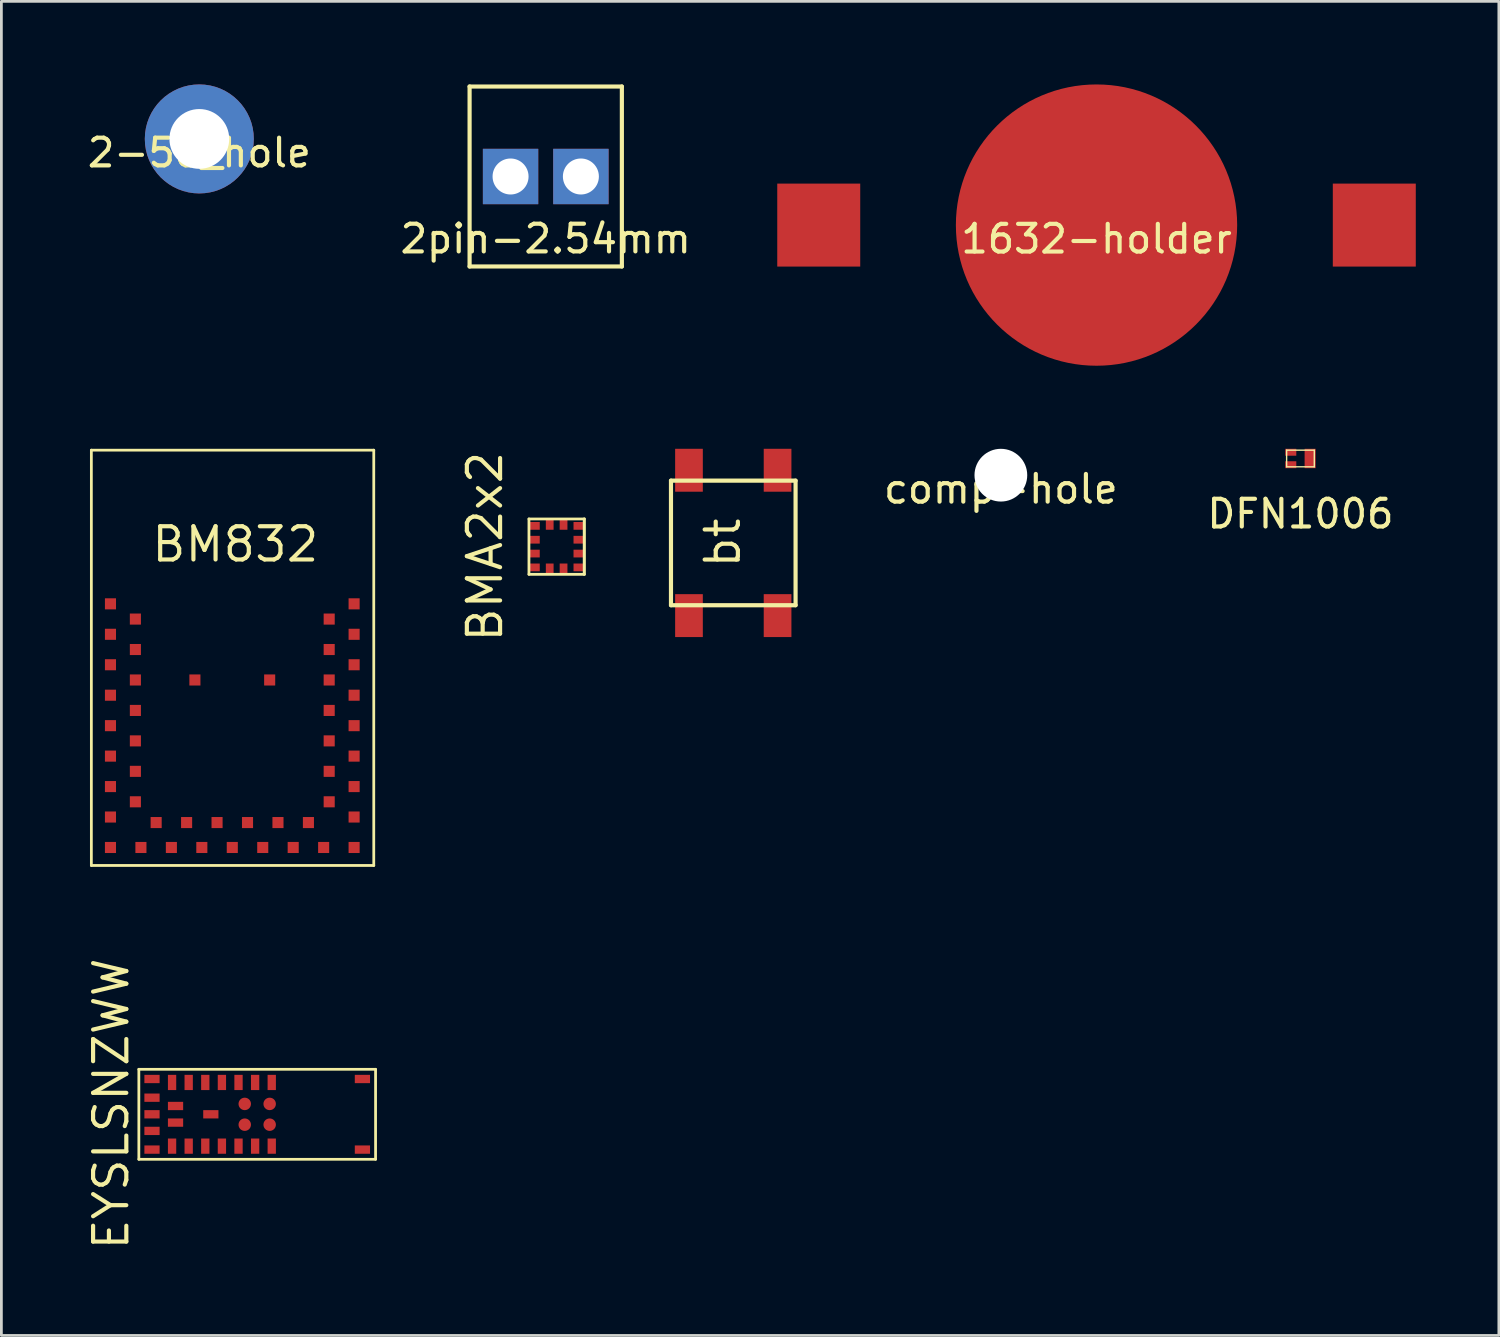
<source format=kicad_pcb>
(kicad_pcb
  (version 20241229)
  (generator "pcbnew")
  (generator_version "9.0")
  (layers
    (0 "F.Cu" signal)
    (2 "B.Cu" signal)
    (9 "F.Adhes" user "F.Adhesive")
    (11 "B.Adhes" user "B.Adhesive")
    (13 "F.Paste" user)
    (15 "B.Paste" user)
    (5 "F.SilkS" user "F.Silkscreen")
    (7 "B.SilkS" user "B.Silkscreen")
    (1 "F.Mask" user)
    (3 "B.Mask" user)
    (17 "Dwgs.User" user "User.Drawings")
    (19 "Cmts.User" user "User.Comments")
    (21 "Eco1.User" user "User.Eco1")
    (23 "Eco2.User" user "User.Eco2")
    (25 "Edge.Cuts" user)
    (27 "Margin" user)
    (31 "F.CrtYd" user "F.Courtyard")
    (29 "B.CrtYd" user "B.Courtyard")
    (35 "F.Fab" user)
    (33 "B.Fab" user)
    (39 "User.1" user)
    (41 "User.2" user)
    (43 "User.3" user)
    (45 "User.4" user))
  (footprint "DFN1006"
    (layer "F.Cu")
    (at 43.921 13.51)
    (property "Reference" "DFN1006" (at 0 2 0) (layer "F.SilkS") (effects (font (size 1 1) (thickness 0.15))))
    (attr through_hole)
    (fp_line (start -0.5 -0.3) (end 0.5 -0.3) (stroke (width 0.05) (type solid)) (layer "F.SilkS"))
    (fp_line (start -0.5 0.3) (end -0.5 -0.3) (stroke (width 0.05) (type solid)) (layer "F.SilkS"))
    (fp_line (start 0.5 -0.3) (end 0.5 0.3) (stroke (width 0.05) (type solid)) (layer "F.SilkS"))
    (fp_line (start 0.5 0.3) (end -0.5 0.3) (stroke (width 0.05) (type solid)) (layer "F.SilkS"))
    (pad "1" smd rect (at 0.35 0) (size 0.4 0.7) (layers "F.Cu" "F.Mask" "F.Paste"))
    (pad "2" smd rect (at -0.35 -0.225) (size 0.4 0.25) (layers "F.Cu" "F.Mask" "F.Paste"))
    (pad "3" smd rect (at -0.35 0.225) (size 0.4 0.25) (layers "F.Cu" "F.Mask" "F.Paste")))
  (footprint "bt"
    (layer "F.Cu")
    (at 23.435 16.56)
    (property "Reference" "bt" (at -0.381 0 90) (layer "F.SilkS") (effects (font (size 1.2 1.2) (thickness 0.15))))
    (attr through_hole)
    (fp_line (start -2.25 -2.25) (end -2.25 2.25) (stroke (width 0.15) (type solid)) (layer "F.SilkS"))
    (fp_line (start -2.25 2.25) (end 2.25 2.25) (stroke (width 0.15) (type solid)) (layer "F.SilkS"))
    (fp_line (start 2.25 -2.25) (end -2.25 -2.25) (stroke (width 0.15) (type solid)) (layer "F.SilkS"))
    (fp_line (start 2.25 2.25) (end 2.25 -2.25) (stroke (width 0.15) (type solid)) (layer "F.SilkS"))
    (pad "1" smd rect (at 1.6 -2.625) (size 1 1.55) (layers "F.Cu" "F.Mask" "F.Paste"))
    (pad "1" smd rect (at 1.6 2.625) (size 1 1.55) (layers "F.Cu" "F.Mask" "F.Paste"))
    (pad "2" smd rect (at -1.6 -2.625) (size 1 1.55) (layers "F.Cu" "F.Mask" "F.Paste"))
    (pad "2" smd rect (at -1.6 2.625) (size 1 1.55) (layers "F.Cu" "F.Mask" "F.Paste")))
  (footprint "comp-hole"
    (layer "F.Cu")
    (at 33.1 14.113)
    (property "Reference" "comp-hole" (at 0 0.5 0) (layer "F.SilkS") (effects (font (size 1 1) (thickness 0.15))))
    (attr through_hole)
    (pad "" np_thru_hole circle (at 0 0) (size 1.905 1.905) (drill 1.905) (layers "*.Cu" "*.Mask")))
  (footprint "2-56_hole"
    (layer "F.Cu")
    (at 4.149 1.968)
    (property "Reference" "2-56_hole" (at 0 0.5 0) (layer "F.SilkS") (effects (font (size 1 1) (thickness 0.15))))
    (attr through_hole)
    (pad "1" thru_hole circle (at 0 0) (size 3.937 3.937) (drill 2.159) (layers "*.Cu" "*.Mask")))
  (footprint "EYSLSNZWW"
    (layer "F.Cu")
    (at 1.965 38.822)
    (property "Reference" "EYSLSNZWW" (at -1 -2 90) (layer "F.SilkS") (effects (font (size 1.2 1.2) (thickness 0.15))))
    (attr through_hole)
    (fp_line (start 0 -3.25) (end 8.55 -3.25) (stroke (width 0.1) (type solid)) (layer "F.SilkS"))
    (fp_line (start 0 0) (end 0 -3.25) (stroke (width 0.1) (type solid)) (layer "F.SilkS"))
    (fp_line (start 0 0) (end 8.55 0) (stroke (width 0.1) (type solid)) (layer "F.SilkS"))
    (fp_line (start 8.55 -3.25) (end 8.55 0) (stroke (width 0.1) (type solid)) (layer "F.SilkS"))
    (pad "1" smd rect (at 0.475 -0.35 90) (size 0.3 0.55) (layers "F.Cu" "F.Mask" "F.Paste"))
    (pad "2" smd rect (at 1.2 -0.475) (size 0.3 0.55) (layers "F.Cu" "F.Mask" "F.Paste"))
    (pad "3" smd rect (at 1.8 -0.475) (size 0.3 0.55) (layers "F.Cu" "F.Mask" "F.Paste"))
    (pad "4" smd rect (at 2.4 -0.475) (size 0.3 0.55) (layers "F.Cu" "F.Mask" "F.Paste"))
    (pad "5" smd rect (at 3 -0.475) (size 0.3 0.55) (layers "F.Cu" "F.Mask" "F.Paste"))
    (pad "6" smd rect (at 3.6 -0.475) (size 0.3 0.55) (layers "F.Cu" "F.Mask" "F.Paste"))
    (pad "7" smd rect (at 4.2 -0.475) (size 0.3 0.55) (layers "F.Cu" "F.Mask" "F.Paste"))
    (pad "8" smd rect (at 4.8 -0.475) (size 0.3 0.55) (layers "F.Cu" "F.Mask" "F.Paste"))
    (pad "9" smd circle (at 4.725 -1.25 90) (size 0.45 0.45) (layers "F.Cu" "F.Mask" "F.Paste"))
    (pad "10" smd circle (at 4.725 -2 90) (size 0.45 0.45) (layers "F.Cu" "F.Mask" "F.Paste"))
    (pad "11" smd rect (at 4.8 -2.775) (size 0.3 0.55) (layers "F.Cu" "F.Mask" "F.Paste"))
    (pad "12" smd rect (at 4.2 -2.775) (size 0.3 0.55) (layers "F.Cu" "F.Mask" "F.Paste"))
    (pad "13" smd rect (at 3.6 -2.775) (size 0.3 0.55) (layers "F.Cu" "F.Mask" "F.Paste"))
    (pad "14" smd rect (at 3 -2.775) (size 0.3 0.55) (layers "F.Cu" "F.Mask" "F.Paste"))
    (pad "15" smd rect (at 2.4 -2.775) (size 0.3 0.55) (layers "F.Cu" "F.Mask" "F.Paste"))
    (pad "16" smd rect (at 1.8 -2.775) (size 0.3 0.55) (layers "F.Cu" "F.Mask" "F.Paste"))
    (pad "17" smd rect (at 1.2 -2.775) (size 0.3 0.55) (layers "F.Cu" "F.Mask" "F.Paste"))
    (pad "18" smd rect (at 0.475 -2.9 90) (size 0.3 0.55) (layers "F.Cu" "F.Mask" "F.Paste"))
    (pad "19" smd rect (at 0.475 -2.225 90) (size 0.3 0.55) (layers "F.Cu" "F.Mask" "F.Paste"))
    (pad "20" smd rect (at 0.475 -1.625 90) (size 0.3 0.55) (layers "F.Cu" "F.Mask" "F.Paste"))
    (pad "21" smd rect (at 0.475 -1.025 90) (size 0.3 0.55) (layers "F.Cu" "F.Mask" "F.Paste"))
    (pad "22" smd rect (at 1.325 -1.325 90) (size 0.3 0.55) (layers "F.Cu" "F.Mask" "F.Paste"))
    (pad "23" smd circle (at 3.825 -1.25 90) (size 0.45 0.45) (layers "F.Cu" "F.Mask" "F.Paste"))
    (pad "24" smd circle (at 3.825 -2 90) (size 0.45 0.45) (layers "F.Cu" "F.Mask" "F.Paste"))
    (pad "25" smd rect (at 1.325 -1.925 90) (size 0.3 0.55) (layers "F.Cu" "F.Mask" "F.Paste"))
    (pad "26" smd rect (at 2.6 -1.625 90) (size 0.3 0.55) (layers "F.Cu" "F.Mask" "F.Paste"))
    (pad "27" smd rect (at 8.075 -0.35 90) (size 0.3 0.55) (layers "F.Cu" "F.Mask" "F.Paste"))
    (pad "28" smd rect (at 8.075 -2.9 90) (size 0.3 0.55) (layers "F.Cu" "F.Mask" "F.Paste")))
  (footprint "1632-holder"
    (layer "F.Cu")
    (at 36.555 5.08)
    (property "Reference" "1632-holder" (at 0 0.5 0) (layer "F.SilkS") (effects (font (size 1 1) (thickness 0.15))))
    (attr through_hole)
    (pad "1" smd circle (at 0 0) (size 10.16 10.16) (layers "F.Cu" "F.Mask" "F.Paste"))
    (pad "2" smd rect (at -10.033 0) (size 2.997 2.997) (layers "F.Cu" "F.Mask" "F.Paste"))
    (pad "2" smd rect (at 10.033 0) (size 2.997 2.997) (layers "F.Cu" "F.Mask" "F.Paste")))
  (footprint "BM832"
    (layer "F.Cu")
    (at 0.25 28.21)
    (property "Reference" "BM832" (at 5.2 -11.6 180) (layer "F.SilkS") (effects (font (size 1.2 1.2) (thickness 0.15))))
    (attr through_hole)
    (fp_line (start 0 -15) (end 10.2 -15) (stroke (width 0.1) (type solid)) (layer "F.SilkS"))
    (fp_line (start 0 0) (end 0 -15) (stroke (width 0.1) (type solid)) (layer "F.SilkS"))
    (fp_line (start 0 0) (end 10.2 0) (stroke (width 0.1) (type solid)) (layer "F.SilkS"))
    (fp_line (start 10.2 -15) (end 10.2 0) (stroke (width 0.1) (type solid)) (layer "F.SilkS"))
    (pad "1" smd rect (at 0.69 -9.45 90) (size 0.4 0.4) (layers "F.Cu" "F.Mask" "F.Paste"))
    (pad "2" smd rect (at 1.59 -8.9 90) (size 0.4 0.4) (layers "F.Cu" "F.Mask" "F.Paste"))
    (pad "3" smd rect (at 0.69 -8.35 90) (size 0.4 0.4) (layers "F.Cu" "F.Mask" "F.Paste"))
    (pad "4" smd rect (at 1.59 -7.8 90) (size 0.4 0.4) (layers "F.Cu" "F.Mask" "F.Paste"))
    (pad "5" smd rect (at 0.69 -7.25 90) (size 0.4 0.4) (layers "F.Cu" "F.Mask" "F.Paste"))
    (pad "6" smd rect (at 1.59 -6.7 90) (size 0.4 0.4) (layers "F.Cu" "F.Mask" "F.Paste"))
    (pad "7" smd rect (at 0.69 -6.15 90) (size 0.4 0.4) (layers "F.Cu" "F.Mask" "F.Paste"))
    (pad "8" smd rect (at 1.59 -5.6 90) (size 0.4 0.4) (layers "F.Cu" "F.Mask" "F.Paste"))
    (pad "9" smd rect (at 0.69 -5.05 90) (size 0.4 0.4) (layers "F.Cu" "F.Mask" "F.Paste"))
    (pad "10" smd rect (at 1.59 -4.5 90) (size 0.4 0.4) (layers "F.Cu" "F.Mask" "F.Paste"))
    (pad "11" smd rect (at 0.69 -3.95 90) (size 0.4 0.4) (layers "F.Cu" "F.Mask" "F.Paste"))
    (pad "12" smd rect (at 1.59 -3.4 90) (size 0.4 0.4) (layers "F.Cu" "F.Mask" "F.Paste"))
    (pad "13" smd rect (at 0.69 -2.85 90) (size 0.4 0.4) (layers "F.Cu" "F.Mask" "F.Paste"))
    (pad "14" smd rect (at 1.59 -2.3 90) (size 0.4 0.4) (layers "F.Cu" "F.Mask" "F.Paste"))
    (pad "15" smd rect (at 0.69 -1.75 90) (size 0.4 0.4) (layers "F.Cu" "F.Mask" "F.Paste"))
    (pad "16" smd rect (at 0.69 -0.65 90) (size 0.4 0.4) (layers "F.Cu" "F.Mask" "F.Paste"))
    (pad "17" smd rect (at 1.79 -0.65 180) (size 0.4 0.4) (layers "F.Cu" "F.Mask" "F.Paste"))
    (pad "18" smd rect (at 2.34 -1.55 180) (size 0.4 0.4) (layers "F.Cu" "F.Mask" "F.Paste"))
    (pad "19" smd rect (at 2.89 -0.65 180) (size 0.4 0.4) (layers "F.Cu" "F.Mask" "F.Paste"))
    (pad "20" smd rect (at 3.44 -1.55 180) (size 0.4 0.4) (layers "F.Cu" "F.Mask" "F.Paste"))
    (pad "21" smd rect (at 3.99 -0.65 180) (size 0.4 0.4) (layers "F.Cu" "F.Mask" "F.Paste"))
    (pad "22" smd rect (at 4.54 -1.55 180) (size 0.4 0.4) (layers "F.Cu" "F.Mask" "F.Paste"))
    (pad "23" smd rect (at 5.09 -0.65 180) (size 0.4 0.4) (layers "F.Cu" "F.Mask" "F.Paste"))
    (pad "24" smd rect (at 5.64 -1.55 180) (size 0.4 0.4) (layers "F.Cu" "F.Mask" "F.Paste"))
    (pad "25" smd rect (at 6.19 -0.65 180) (size 0.4 0.4) (layers "F.Cu" "F.Mask" "F.Paste"))
    (pad "26" smd rect (at 6.74 -1.55 180) (size 0.4 0.4) (layers "F.Cu" "F.Mask" "F.Paste"))
    (pad "27" smd rect (at 7.29 -0.65 180) (size 0.4 0.4) (layers "F.Cu" "F.Mask" "F.Paste"))
    (pad "28" smd rect (at 7.84 -1.55 180) (size 0.4 0.4) (layers "F.Cu" "F.Mask" "F.Paste"))
    (pad "29" smd rect (at 8.39 -0.65 180) (size 0.4 0.4) (layers "F.Cu" "F.Mask" "F.Paste"))
    (pad "30" smd rect (at 9.49 -0.65 90) (size 0.4 0.4) (layers "F.Cu" "F.Mask" "F.Paste"))
    (pad "31" smd rect (at 9.49 -1.75 90) (size 0.4 0.4) (layers "F.Cu" "F.Mask" "F.Paste"))
    (pad "32" smd rect (at 8.59 -2.3 90) (size 0.4 0.4) (layers "F.Cu" "F.Mask" "F.Paste"))
    (pad "33" smd rect (at 9.49 -2.85 90) (size 0.4 0.4) (layers "F.Cu" "F.Mask" "F.Paste"))
    (pad "34" smd rect (at 8.59 -3.4 90) (size 0.4 0.4) (layers "F.Cu" "F.Mask" "F.Paste"))
    (pad "35" smd rect (at 9.49 -3.95 90) (size 0.4 0.4) (layers "F.Cu" "F.Mask" "F.Paste"))
    (pad "36" smd rect (at 8.59 -4.5 90) (size 0.4 0.4) (layers "F.Cu" "F.Mask" "F.Paste"))
    (pad "37" smd rect (at 9.49 -5.05 90) (size 0.4 0.4) (layers "F.Cu" "F.Mask" "F.Paste"))
    (pad "38" smd rect (at 8.59 -5.6 90) (size 0.4 0.4) (layers "F.Cu" "F.Mask" "F.Paste"))
    (pad "39" smd rect (at 9.49 -6.15 90) (size 0.4 0.4) (layers "F.Cu" "F.Mask" "F.Paste"))
    (pad "40" smd rect (at 8.59 -6.7 90) (size 0.4 0.4) (layers "F.Cu" "F.Mask" "F.Paste"))
    (pad "41" smd rect (at 9.49 -7.25 90) (size 0.4 0.4) (layers "F.Cu" "F.Mask" "F.Paste"))
    (pad "42" smd rect (at 8.59 -7.8 90) (size 0.4 0.4) (layers "F.Cu" "F.Mask" "F.Paste"))
    (pad "43" smd rect (at 9.49 -8.35 90) (size 0.4 0.4) (layers "F.Cu" "F.Mask" "F.Paste"))
    (pad "44" smd rect (at 8.59 -8.9 90) (size 0.4 0.4) (layers "F.Cu" "F.Mask" "F.Paste"))
    (pad "45" smd rect (at 9.49 -9.45 90) (size 0.4 0.4) (layers "F.Cu" "F.Mask" "F.Paste"))
    (pad "46" smd rect (at 6.44 -6.7 90) (size 0.4 0.4) (layers "F.Cu" "F.Mask" "F.Paste"))
    (pad "47" smd rect (at 3.74 -6.7 90) (size 0.4 0.4) (layers "F.Cu" "F.Mask" "F.Paste")))
  (footprint "BMA2x2"
    (layer "F.Cu")
    (at 17.055 16.694)
    (property "Reference" "BMA2x2" (at -2.59 0 90) (layer "F.SilkS") (effects (font (size 1.2 1.2) (thickness 0.15))))
    (attr through_hole)
    (fp_line (start -1 -1) (end -1 1) (stroke (width 0.1) (type solid)) (layer "F.SilkS"))
    (fp_line (start -1 1) (end 1 1) (stroke (width 0.1) (type solid)) (layer "F.SilkS"))
    (fp_line (start 1 -1) (end -1 -1) (stroke (width 0.1) (type solid)) (layer "F.SilkS"))
    (fp_line (start 1 1) (end 1 -1) (stroke (width 0.11) (type solid)) (layer "F.SilkS"))
    (pad "1" smd rect (at -0.815 -0.75 270) (size 0.28 0.41) (layers "F.Cu" "F.Mask" "F.Paste"))
    (pad "2" smd rect (at -0.815 -0.25 270) (size 0.28 0.41) (layers "F.Cu" "F.Mask" "F.Paste"))
    (pad "3" smd rect (at -0.815 0.25 270) (size 0.28 0.41) (layers "F.Cu" "F.Mask" "F.Paste"))
    (pad "4" smd rect (at -0.815 0.75 270) (size 0.28 0.41) (layers "F.Cu" "F.Mask" "F.Paste"))
    (pad "5" smd rect (at -0.25 0.815) (size 0.28 0.41) (layers "F.Cu" "F.Mask" "F.Paste"))
    (pad "6" smd rect (at 0.25 0.815) (size 0.28 0.41) (layers "F.Cu" "F.Mask" "F.Paste"))
    (pad "7" smd rect (at 0.815 0.75 270) (size 0.28 0.41) (layers "F.Cu" "F.Mask" "F.Paste"))
    (pad "8" smd rect (at 0.815 0.25 270) (size 0.28 0.41) (layers "F.Cu" "F.Mask" "F.Paste"))
    (pad "9" smd rect (at 0.815 -0.25 270) (size 0.28 0.41) (layers "F.Cu" "F.Mask" "F.Paste"))
    (pad "10" smd rect (at 0.815 -0.75 270) (size 0.28 0.41) (layers "F.Cu" "F.Mask" "F.Paste"))
    (pad "11" smd rect (at 0.25 -0.815) (size 0.28 0.41) (layers "F.Cu" "F.Mask" "F.Paste"))
    (pad "12" smd rect (at -0.25 -0.815) (size 0.28 0.41) (layers "F.Cu" "F.Mask" "F.Paste")))
  (footprint "2pin-2.54mm"
    (layer "F.Cu")
    (at 16.661 3.325)
    (property "Reference" "2pin-2.54mm" (at 0 2.25 0) (layer "F.SilkS") (effects (font (size 1 1) (thickness 0.15))))
    (attr through_hole)
    (fp_line (start -2.75 -3.25) (end -2.75 3.25) (stroke (width 0.15) (type solid)) (layer "F.SilkS"))
    (fp_line (start -2.75 3.25) (end 2.75 3.25) (stroke (width 0.15) (type solid)) (layer "F.SilkS"))
    (fp_line (start 2.75 -3.25) (end -2.75 -3.25) (stroke (width 0.15) (type solid)) (layer "F.SilkS"))
    (fp_line (start 2.75 3.25) (end 2.75 -3.25) (stroke (width 0.15) (type solid)) (layer "F.SilkS"))
    (pad "1" thru_hole rect (at -1.27 0 90) (size 2 2) (drill 1.3) (layers "*.Cu" "*.Mask"))
    (pad "2" thru_hole rect (at 1.27 0 90) (size 2 2) (drill 1.3) (layers "*.Cu" "*.Mask")))
  (gr_rect
    (start -3 -3)
    (end 51.087 45.184)
    (stroke (width 0.1) (type default))
    (fill no)
    (layer "Edge.Cuts")))
</source>
